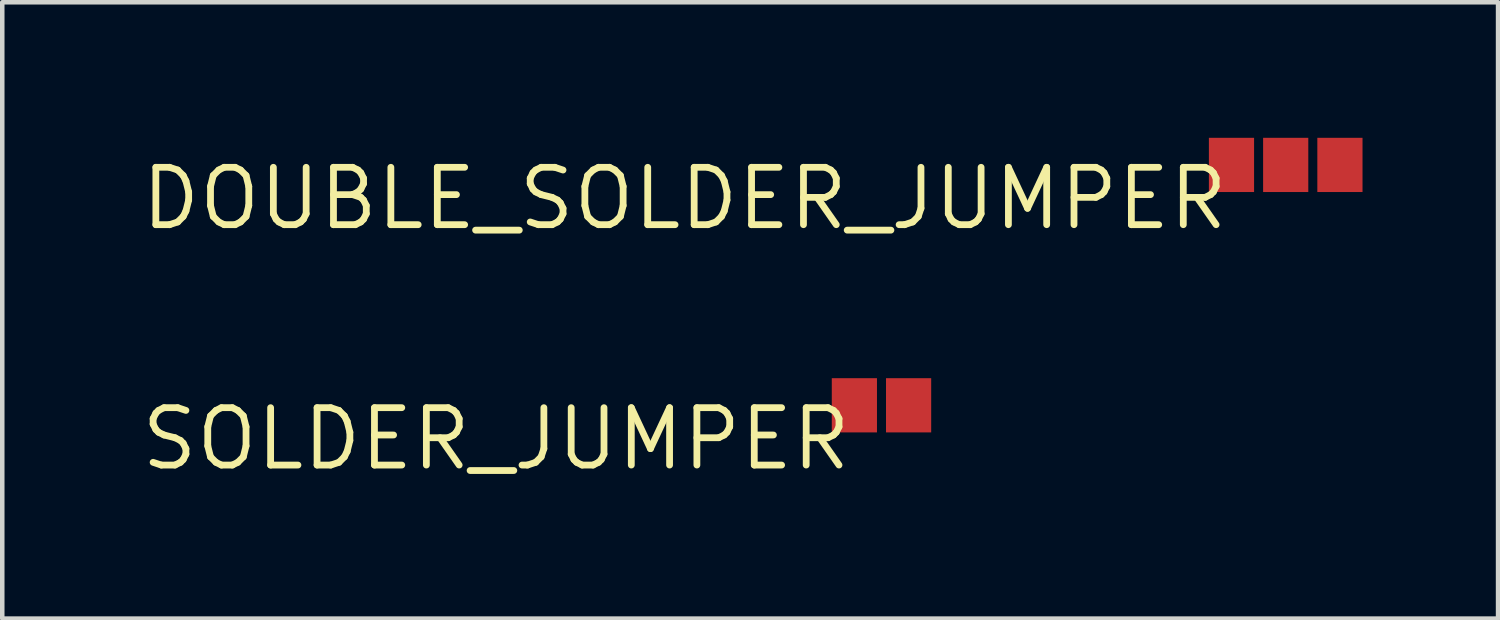
<source format=kicad_pcb>
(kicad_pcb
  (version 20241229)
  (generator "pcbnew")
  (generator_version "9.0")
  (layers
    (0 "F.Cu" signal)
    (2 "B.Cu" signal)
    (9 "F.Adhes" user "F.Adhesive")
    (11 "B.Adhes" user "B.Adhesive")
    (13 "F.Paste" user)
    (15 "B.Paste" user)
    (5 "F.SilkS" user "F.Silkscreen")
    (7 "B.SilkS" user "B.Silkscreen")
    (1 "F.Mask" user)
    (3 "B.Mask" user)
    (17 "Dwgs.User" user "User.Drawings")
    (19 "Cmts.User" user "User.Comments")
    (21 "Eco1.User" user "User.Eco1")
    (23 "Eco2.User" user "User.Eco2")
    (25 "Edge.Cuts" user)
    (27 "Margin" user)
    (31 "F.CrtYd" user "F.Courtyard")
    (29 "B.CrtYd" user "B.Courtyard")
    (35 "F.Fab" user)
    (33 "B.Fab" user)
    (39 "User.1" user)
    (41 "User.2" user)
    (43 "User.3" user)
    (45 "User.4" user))
  (footprint "DOUBLE_SOLDER_JUMPER"
    (layer "F.Cu")
    (at 24.205 0.6)
    (property "Reference" "DOUBLE_SOLDER_JUMPER" (at 0 0 0) (layer "F.SilkS") (effects (font (size 1.27 1.27) (thickness 0.15)) (justify right top)))
    (attr smd)
    (pad "1" smd rect (at 0 0) (size 1 1.2) (layers "F.Cu" "F.Mask" "F.Paste"))
    (pad "2" smd rect (at 1.2 0) (size 1 1.2) (layers "F.Cu" "F.Mask" "F.Paste"))
    (pad "3" smd rect (at 2.4 0) (size 1 1.2) (layers "F.Cu" "F.Mask" "F.Paste")))
  (footprint "SOLDER_JUMPER"
    (layer "F.Cu")
    (at 15.859 5.92)
    (property "Reference" "SOLDER_JUMPER" (at 0 0 0) (layer "F.SilkS") (effects (font (size 1.27 1.27) (thickness 0.15)) (justify right top)))
    (attr smd)
    (pad "P$1" smd rect (at 0 0) (size 1 1.2) (layers "F.Cu" "F.Mask" "F.Paste"))
    (pad "P$2" smd rect (at 1.2 0) (size 1 1.2) (layers "F.Cu" "F.Mask" "F.Paste")))
  (gr_rect
    (start -3 -3)
    (end 30.105 10.64)
    (stroke (width 0.1) (type default))
    (fill no)
    (layer "Edge.Cuts")))
</source>
